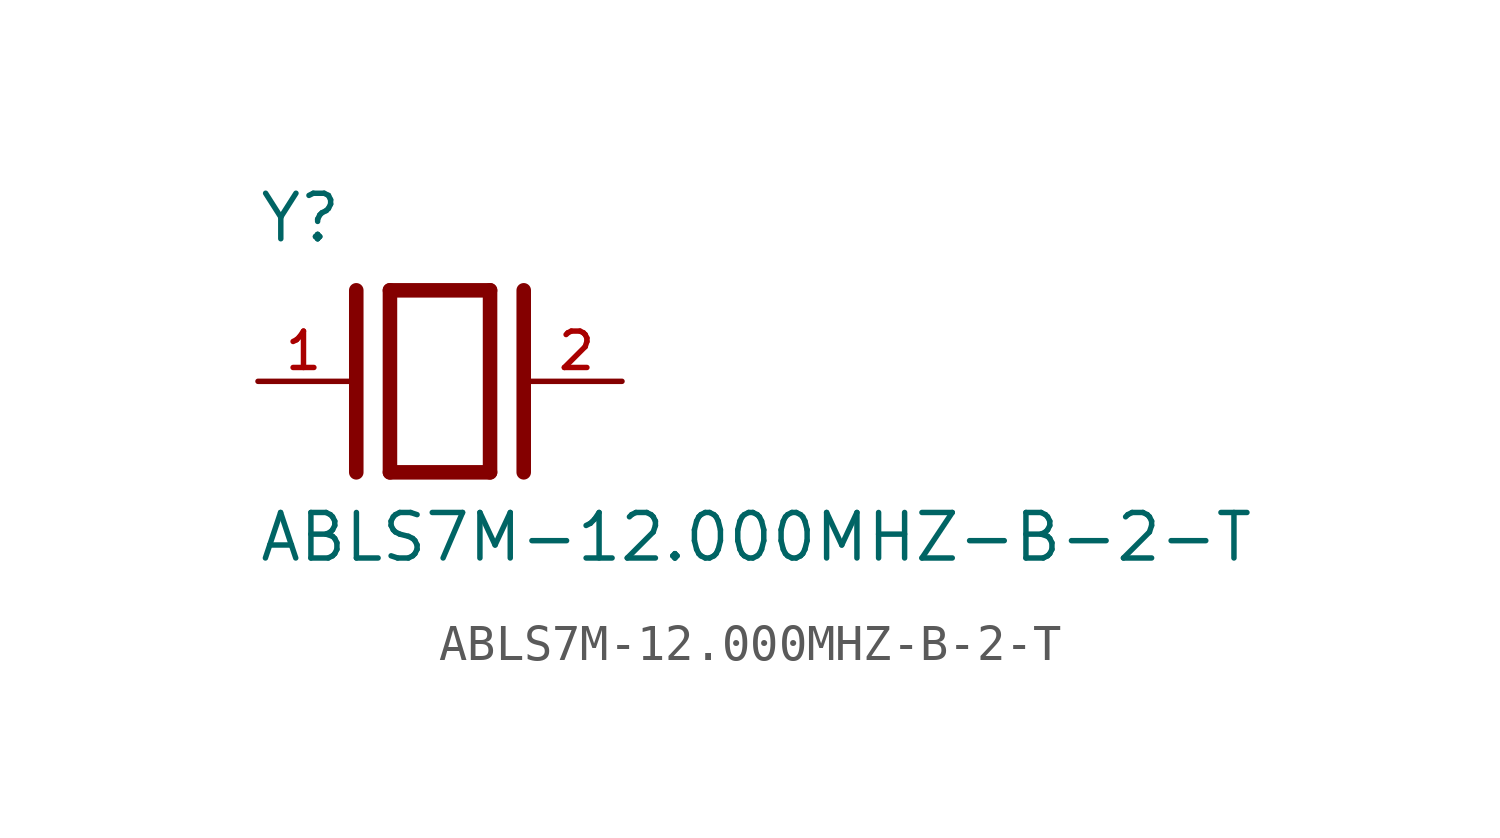
<source format=kicad_sym>
(kicad_symbol_lib
  (version 20211014)
  (generator kicad_symbol_editor)
  (symbol "ABLS7M-12.000MHZ-B-2-T"
    (pin_names
      (offset 1.016))
    (property "Reference" "Y"
      (at -5.088 3.816 0)
      (effects (font (size 1.27 1.27)) (justify bottom left)))
    (property "Value" "ABLS7M-12.000MHZ-B-2-T"
      (at -5.094 -5.094 0)
      (effects (font (size 1.27 1.27)) (justify bottom left)))
    (symbol "ABLS7M-12.000MHZ-B-2-T_0_0"
      (polyline (pts (xy -1.397 2.54) (xy 1.397 2.54)) (stroke (width 0.406)))
      (polyline (pts (xy 1.397 2.54) (xy 1.397 -2.54)) (stroke (width 0.406)))
      (polyline (pts (xy 1.397 -2.54) (xy -1.397 -2.54)) (stroke (width 0.406)))
      (polyline (pts (xy -1.397 2.54) (xy -1.397 -2.54)) (stroke (width 0.406)))
      (polyline (pts (xy 2.337 2.54) (xy 2.337 -2.54)) (stroke (width 0.406)))
      (polyline (pts (xy -2.337 2.54) (xy -2.337 -2.54)) (stroke (width 0.406)))
      (pin passive line (at 5.08 0.0 180.0) (length 2.54) (name "~" (effects (font (size 1.016 1.016)))) (number "2" (effects (font (size 1.016 1.016)))))
      (pin passive line (at -5.08 0.0 0) (length 2.54) (name "~" (effects (font (size 1.016 1.016)))) (number "1" (effects (font (size 1.016 1.016))))))))
</source>
